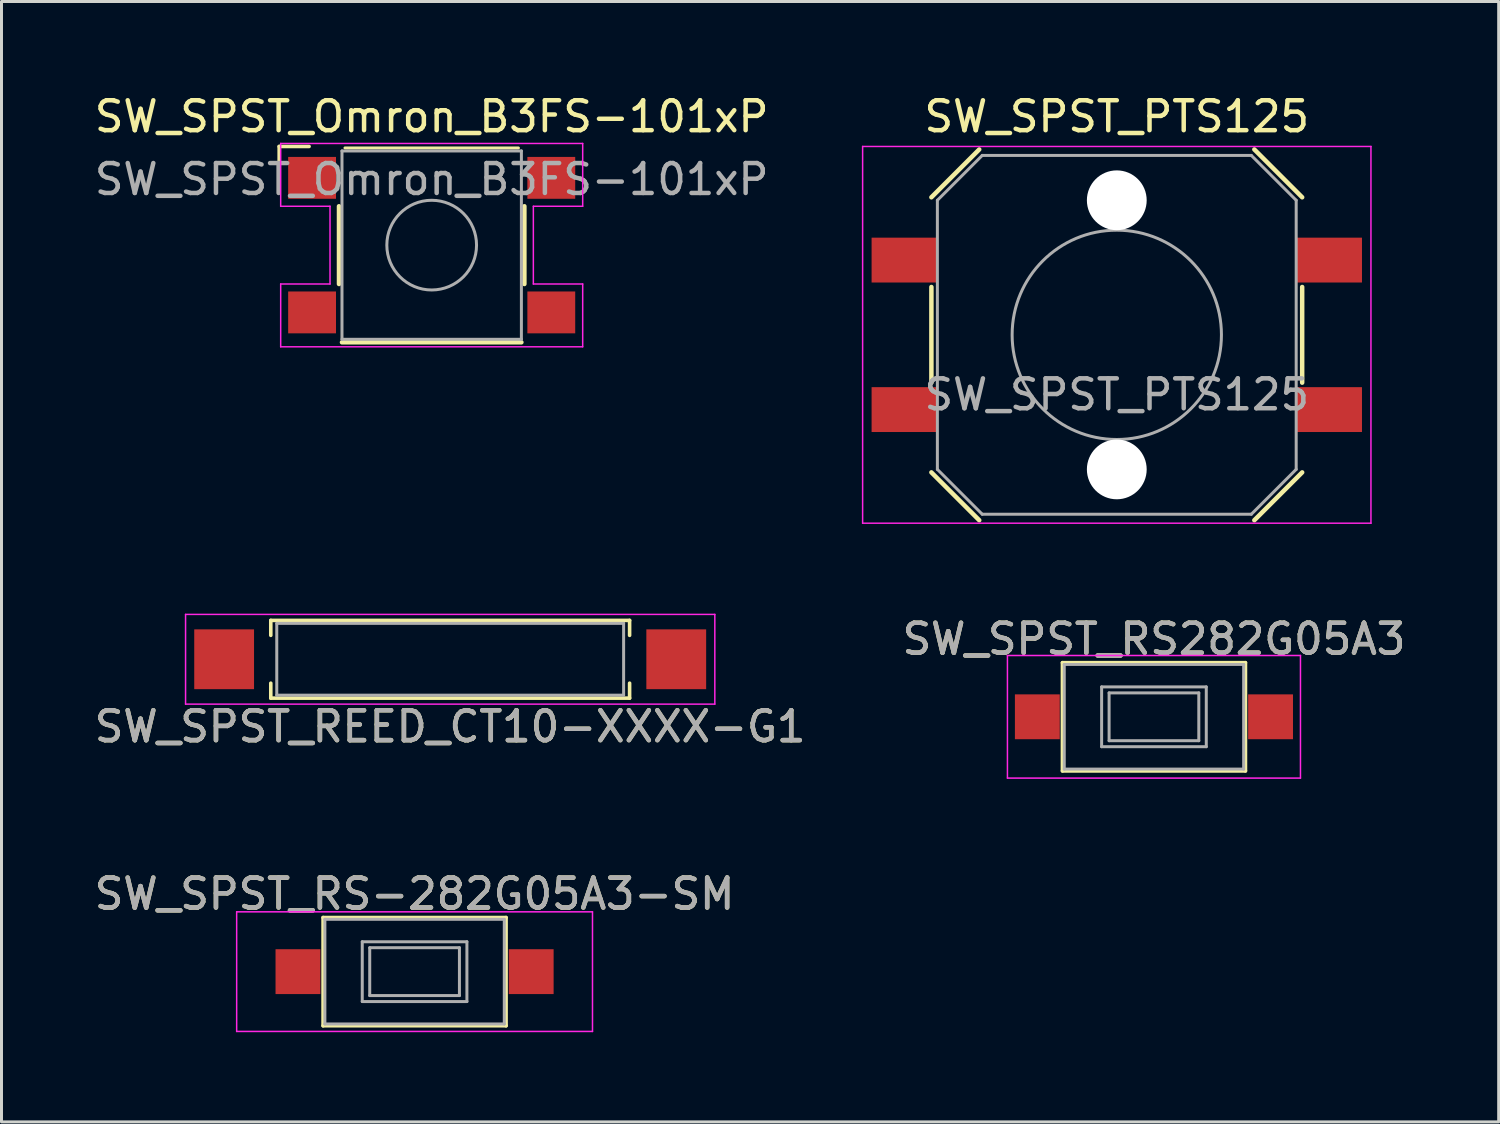
<source format=kicad_pcb>
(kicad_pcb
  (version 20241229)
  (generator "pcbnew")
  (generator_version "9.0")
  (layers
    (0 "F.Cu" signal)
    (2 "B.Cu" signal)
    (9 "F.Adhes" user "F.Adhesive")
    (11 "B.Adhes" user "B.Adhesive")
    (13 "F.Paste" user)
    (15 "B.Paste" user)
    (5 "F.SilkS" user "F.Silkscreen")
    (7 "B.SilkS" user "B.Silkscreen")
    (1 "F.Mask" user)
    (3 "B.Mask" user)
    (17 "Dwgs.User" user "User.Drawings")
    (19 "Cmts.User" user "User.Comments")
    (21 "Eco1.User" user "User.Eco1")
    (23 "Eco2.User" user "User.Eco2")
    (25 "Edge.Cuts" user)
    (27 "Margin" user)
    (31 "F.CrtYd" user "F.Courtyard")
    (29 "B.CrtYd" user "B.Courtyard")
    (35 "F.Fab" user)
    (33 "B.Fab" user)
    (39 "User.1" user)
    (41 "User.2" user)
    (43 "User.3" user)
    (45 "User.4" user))
  (footprint "SW_SPST_RS-282G05A3-SM"
    (layer "F.Cu")
    (at 10.815 29.445)
    (property "Reference" "SW_SPST_RS-282G05A3-SM" (at 0 -2.6 0) (layer "F.SilkS") (effects (font (size 1 1) (thickness 0.15))))
    (attr smd)
    (fp_line (start -3.06 -1.81) (end 3.06 -1.81) (stroke (width 0.12) (type solid)) (layer "F.SilkS"))
    (fp_line (start -3.06 1.81) (end -3.06 -1.81) (stroke (width 0.12) (type solid)) (layer "F.SilkS"))
    (fp_line (start 3.06 -1.81) (end 3.06 1.81) (stroke (width 0.12) (type solid)) (layer "F.SilkS"))
    (fp_line (start 3.06 1.81) (end -3.06 1.81) (stroke (width 0.12) (type solid)) (layer "F.SilkS"))
    (fp_line (start -5.95 -2) (end -5.95 2) (stroke (width 0.05) (type solid)) (layer "F.CrtYd"))
    (fp_line (start -5.95 -2) (end 5.95 -2) (stroke (width 0.05) (type solid)) (layer "F.CrtYd"))
    (fp_line (start -5.95 2) (end 5.95 2) (stroke (width 0.05) (type solid)) (layer "F.CrtYd"))
    (fp_line (start 5.95 -2) (end 5.95 2) (stroke (width 0.05) (type solid)) (layer "F.CrtYd"))
    (fp_line (start -3 -1.75) (end -3 1.75) (stroke (width 0.1) (type solid)) (layer "F.Fab"))
    (fp_line (start -3 -1.75) (end 3 -1.75) (stroke (width 0.1) (type solid)) (layer "F.Fab"))
    (fp_line (start -3 1.75) (end 3 1.75) (stroke (width 0.1) (type solid)) (layer "F.Fab"))
    (fp_line (start -1.75 -1) (end 1.75 -1) (stroke (width 0.1) (type solid)) (layer "F.Fab"))
    (fp_line (start -1.75 1) (end -1.75 -1) (stroke (width 0.1) (type solid)) (layer "F.Fab"))
    (fp_line (start -1.5 -0.8) (end -1.5 0.8) (stroke (width 0.1) (type solid)) (layer "F.Fab"))
    (fp_line (start -1.5 -0.8) (end 1.5 -0.8) (stroke (width 0.1) (type solid)) (layer "F.Fab"))
    (fp_line (start -1.5 0.8) (end 1.5 0.8) (stroke (width 0.1) (type solid)) (layer "F.Fab"))
    (fp_line (start 1.5 -0.8) (end 1.5 0.8) (stroke (width 0.1) (type solid)) (layer "F.Fab"))
    (fp_line (start 1.75 -1) (end 1.75 1) (stroke (width 0.1) (type solid)) (layer "F.Fab"))
    (fp_line (start 1.75 1) (end -1.75 1) (stroke (width 0.1) (type solid)) (layer "F.Fab"))
    (fp_line (start 3 -1.75) (end 3 1.75) (stroke (width 0.1) (type solid)) (layer "F.Fab"))
    (fp_text user "${REFERENCE}" (at 0 -2.6 0) (layer "F.Fab") (effects (font (size 1 1) (thickness 0.15))))
    (pad "1" smd rect (at -3.9 0) (size 1.5 1.5) (layers "F.Cu" "F.Mask" "F.Paste"))
    (pad "2" smd rect (at 3.9 0) (size 1.5 1.5) (layers "F.Cu" "F.Mask" "F.Paste")))
  (footprint "SW_SPST_RS282G05A3"
    (layer "F.Cu")
    (at 35.542 20.922)
    (property "Reference" "SW_SPST_RS282G05A3" (at 0 -2.6 0) (layer "F.SilkS") (effects (font (size 1 1) (thickness 0.15))))
    (attr smd)
    (fp_line (start -3.06 -1.81) (end 3.06 -1.81) (stroke (width 0.12) (type solid)) (layer "F.SilkS"))
    (fp_line (start -3.06 1.81) (end -3.06 -1.81) (stroke (width 0.12) (type solid)) (layer "F.SilkS"))
    (fp_line (start 3.06 -1.81) (end 3.06 1.81) (stroke (width 0.12) (type solid)) (layer "F.SilkS"))
    (fp_line (start 3.06 1.81) (end -3.06 1.81) (stroke (width 0.12) (type solid)) (layer "F.SilkS"))
    (fp_line (start -4.9 -2.05) (end 4.9 -2.05) (stroke (width 0.05) (type solid)) (layer "F.CrtYd"))
    (fp_line (start -4.9 2.05) (end -4.9 -2.05) (stroke (width 0.05) (type solid)) (layer "F.CrtYd"))
    (fp_line (start 4.9 -2.05) (end 4.9 2.05) (stroke (width 0.05) (type solid)) (layer "F.CrtYd"))
    (fp_line (start 4.9 2.05) (end -4.9 2.05) (stroke (width 0.05) (type solid)) (layer "F.CrtYd"))
    (fp_line (start -3 -1.75) (end -3 1.75) (stroke (width 0.1) (type solid)) (layer "F.Fab"))
    (fp_line (start -3 -1.75) (end 3 -1.75) (stroke (width 0.1) (type solid)) (layer "F.Fab"))
    (fp_line (start -3 1.75) (end 3 1.75) (stroke (width 0.1) (type solid)) (layer "F.Fab"))
    (fp_line (start -1.75 -1) (end 1.75 -1) (stroke (width 0.1) (type solid)) (layer "F.Fab"))
    (fp_line (start -1.75 1) (end -1.75 -1) (stroke (width 0.1) (type solid)) (layer "F.Fab"))
    (fp_line (start -1.5 -0.8) (end -1.5 0.8) (stroke (width 0.1) (type solid)) (layer "F.Fab"))
    (fp_line (start -1.5 -0.8) (end 1.5 -0.8) (stroke (width 0.1) (type solid)) (layer "F.Fab"))
    (fp_line (start -1.5 0.8) (end 1.5 0.8) (stroke (width 0.1) (type solid)) (layer "F.Fab"))
    (fp_line (start 1.5 -0.8) (end 1.5 0.8) (stroke (width 0.1) (type solid)) (layer "F.Fab"))
    (fp_line (start 1.75 -1) (end 1.75 1) (stroke (width 0.1) (type solid)) (layer "F.Fab"))
    (fp_line (start 1.75 1) (end -1.75 1) (stroke (width 0.1) (type solid)) (layer "F.Fab"))
    (fp_line (start 3 -1.75) (end 3 1.75) (stroke (width 0.1) (type solid)) (layer "F.Fab"))
    (fp_text user "${REFERENCE}" (at 0 -2.6 0) (layer "F.Fab") (effects (font (size 1 1) (thickness 0.15))))
    (pad "1" smd rect (at -3.9 0) (size 1.5 1.5) (layers "F.Cu" "F.Mask" "F.Paste"))
    (pad "2" smd rect (at 3.9 0) (size 1.5 1.5) (layers "F.Cu" "F.Mask" "F.Paste")))
  (footprint "SW_SPST_Omron_B3FS-101xP"
    (layer "F.Cu")
    (at 11.387 5.148)
    (property "Reference" "SW_SPST_Omron_B3FS-101xP" (at 0 -4.3 0) (layer "F.SilkS") (effects (font (size 1 1) (thickness 0.15))))
    (attr smd)
    (fp_line (start -5.1 -3.3) (end -4.1 -3.3) (stroke (width 0.12) (type solid)) (layer "F.SilkS"))
    (fp_line (start -5.1 -2.3) (end -5.1 -3.3) (stroke (width 0.12) (type solid)) (layer "F.SilkS"))
    (fp_line (start -3.1 -1.3) (end -3.1 1.3) (stroke (width 0.15) (type solid)) (layer "F.SilkS"))
    (fp_line (start 2.9 -3.25) (end -2.9 -3.25) (stroke (width 0.1) (type solid)) (layer "F.SilkS"))
    (fp_line (start 3 3.25) (end -3 3.25) (stroke (width 0.15) (type solid)) (layer "F.SilkS"))
    (fp_line (start 3.1 -1.3) (end 3.1 1.3) (stroke (width 0.15) (type solid)) (layer "F.SilkS"))
    (fp_line (start -5.05 -3.4) (end 5.05 -3.4) (stroke (width 0.05) (type solid)) (layer "F.CrtYd"))
    (fp_line (start -5.05 -1.3) (end -5.05 -3.4) (stroke (width 0.05) (type solid)) (layer "F.CrtYd"))
    (fp_line (start -5.05 1.3) (end -3.4 1.3) (stroke (width 0.05) (type solid)) (layer "F.CrtYd"))
    (fp_line (start -5.05 3.4) (end -5.05 1.3) (stroke (width 0.05) (type solid)) (layer "F.CrtYd"))
    (fp_line (start -3.4 -1.3) (end -5.05 -1.3) (stroke (width 0.05) (type solid)) (layer "F.CrtYd"))
    (fp_line (start -3.4 1.3) (end -3.4 -1.3) (stroke (width 0.05) (type solid)) (layer "F.CrtYd"))
    (fp_line (start 3.4 -1.3) (end 3.4 1.3) (stroke (width 0.05) (type solid)) (layer "F.CrtYd"))
    (fp_line (start 3.4 1.3) (end 5.05 1.3) (stroke (width 0.05) (type solid)) (layer "F.CrtYd"))
    (fp_line (start 5.05 -3.4) (end 5.05 -1.3) (stroke (width 0.05) (type solid)) (layer "F.CrtYd"))
    (fp_line (start 5.05 -1.3) (end 3.4 -1.3) (stroke (width 0.05) (type solid)) (layer "F.CrtYd"))
    (fp_line (start 5.05 1.3) (end 5.05 3.4) (stroke (width 0.05) (type solid)) (layer "F.CrtYd"))
    (fp_line (start 5.05 3.4) (end -5.05 3.4) (stroke (width 0.05) (type solid)) (layer "F.CrtYd"))
    (fp_line (start -3 -3.15) (end 3 -3.15) (stroke (width 0.1) (type solid)) (layer "F.Fab"))
    (fp_line (start -3 3.15) (end -3 -3.15) (stroke (width 0.1) (type solid)) (layer "F.Fab"))
    (fp_line (start 3 -3.15) (end 3 3.15) (stroke (width 0.1) (type solid)) (layer "F.Fab"))
    (fp_line (start 3 3.15) (end -3 3.15) (stroke (width 0.1) (type solid)) (layer "F.Fab"))
    (fp_circle (center 0 0) (end 1.5 0) (stroke (width 0.1) (type solid)) (fill no) (layer "F.Fab"))
    (fp_text user "${REFERENCE}" (at 0 -2.2 0) (layer "F.Fab") (effects (font (size 1 1) (thickness 0.15))))
    (pad "1" smd rect (at -4 -2.25 180) (size 1.6 1.4) (layers "F.Cu" "F.Mask" "F.Paste"))
    (pad "2" smd rect (at 4 -2.25 180) (size 1.6 1.4) (layers "F.Cu" "F.Mask" "F.Paste"))
    (pad "3" smd rect (at -4 2.25 180) (size 1.6 1.4) (layers "F.Cu" "F.Mask" "F.Paste"))
    (pad "4" smd rect (at 4 2.25 180) (size 1.6 1.4) (layers "F.Cu" "F.Mask" "F.Paste")))
  (footprint "SW_SPST_REED_CT10-XXXX-G1"
    (layer "F.Cu")
    (at 12.006 18.998)
    (property "Reference" "SW_SPST_REED_CT10-XXXX-G1" (at 0 2.25 0) (layer "F.SilkS") (effects (font (size 1 1) (thickness 0.15))))
    (attr smd)
    (fp_line (start -6 -1.3) (end -6 -0.8) (stroke (width 0.12) (type solid)) (layer "F.SilkS"))
    (fp_line (start -6 0.8) (end -6 1.3) (stroke (width 0.12) (type solid)) (layer "F.SilkS"))
    (fp_line (start -6 1.3) (end 6 1.3) (stroke (width 0.12) (type solid)) (layer "F.SilkS"))
    (fp_line (start 6 -1.3) (end -6 -1.3) (stroke (width 0.12) (type solid)) (layer "F.SilkS"))
    (fp_line (start 6 -0.8) (end 6 -1.3) (stroke (width 0.12) (type solid)) (layer "F.SilkS"))
    (fp_line (start 6 1.3) (end 6 0.8) (stroke (width 0.12) (type solid)) (layer "F.SilkS"))
    (fp_line (start -8.85 -1.5) (end 8.85 -1.5) (stroke (width 0.05) (type solid)) (layer "F.CrtYd"))
    (fp_line (start -8.85 1.5) (end -8.85 -1.5) (stroke (width 0.05) (type solid)) (layer "F.CrtYd"))
    (fp_line (start 8.85 -1.5) (end 8.85 1.5) (stroke (width 0.05) (type solid)) (layer "F.CrtYd"))
    (fp_line (start 8.85 1.5) (end -8.85 1.5) (stroke (width 0.05) (type solid)) (layer "F.CrtYd"))
    (fp_line (start -5.8 -1.2) (end 5.8 -1.2) (stroke (width 0.1) (type solid)) (layer "F.Fab"))
    (fp_line (start -5.8 1.2) (end -5.8 -1.2) (stroke (width 0.1) (type solid)) (layer "F.Fab"))
    (fp_line (start 5.8 -1.2) (end 5.8 1.2) (stroke (width 0.1) (type solid)) (layer "F.Fab"))
    (fp_line (start 5.8 1.2) (end -5.8 1.2) (stroke (width 0.1) (type solid)) (layer "F.Fab"))
    (fp_text user "${REFERENCE}" (at 0 2.25 0) (layer "F.Fab") (effects (font (size 1 1) (thickness 0.15))))
    (pad "1" smd rect (at -7.56 0) (size 2 2) (layers "F.Cu" "F.Mask" "F.Paste"))
    (pad "2" smd rect (at 7.56 0) (size 2 2) (layers "F.Cu" "F.Mask" "F.Paste")))
  (footprint "SW_SPST_PTS125"
    (layer "F.Cu")
    (at 34.299 8.148)
    (property "Reference" "SW_SPST_PTS125" (at 0 -7.3 0) (layer "F.SilkS") (effects (font (size 1 1) (thickness 0.15))))
    (attr smd)
    (fp_line (start -6.2 -4.6) (end -4.6 -6.2) (stroke (width 0.15) (type solid)) (layer "F.SilkS"))
    (fp_line (start -6.2 -1.6) (end -6.2 1.6) (stroke (width 0.15) (type solid)) (layer "F.SilkS"))
    (fp_line (start -6.2 4.6) (end -4.6 6.2) (stroke (width 0.15) (type solid)) (layer "F.SilkS"))
    (fp_line (start 4.6 -6.2) (end 6.2 -4.6) (stroke (width 0.15) (type solid)) (layer "F.SilkS"))
    (fp_line (start 4.6 6.2) (end 6.2 4.6) (stroke (width 0.15) (type solid)) (layer "F.SilkS"))
    (fp_line (start 6.2 -1.6) (end 6.2 1.6) (stroke (width 0.15) (type solid)) (layer "F.SilkS"))
    (fp_line (start -8.5 -6.3) (end 8.5 -6.3) (stroke (width 0.05) (type solid)) (layer "F.CrtYd"))
    (fp_line (start -8.5 6.3) (end -8.5 -6.3) (stroke (width 0.05) (type solid)) (layer "F.CrtYd"))
    (fp_line (start 8.5 -6.3) (end 8.5 6.3) (stroke (width 0.05) (type solid)) (layer "F.CrtYd"))
    (fp_line (start 8.5 6.3) (end -8.5 6.3) (stroke (width 0.05) (type solid)) (layer "F.CrtYd"))
    (fp_line (start -6 -4.5) (end -6 4.5) (stroke (width 0.1) (type solid)) (layer "F.Fab"))
    (fp_line (start -6 -4.5) (end -4.5 -6) (stroke (width 0.1) (type solid)) (layer "F.Fab"))
    (fp_line (start -4.5 6) (end -6 4.5) (stroke (width 0.1) (type solid)) (layer "F.Fab"))
    (fp_line (start -4.5 6) (end 4.5 6) (stroke (width 0.1) (type solid)) (layer "F.Fab"))
    (fp_line (start 4.5 -6) (end -4.5 -6) (stroke (width 0.1) (type solid)) (layer "F.Fab"))
    (fp_line (start 4.5 -6) (end 6 -4.5) (stroke (width 0.1) (type solid)) (layer "F.Fab"))
    (fp_line (start 6 4.5) (end 4.5 6) (stroke (width 0.1) (type solid)) (layer "F.Fab"))
    (fp_line (start 6 4.5) (end 6 -4.5) (stroke (width 0.1) (type solid)) (layer "F.Fab"))
    (fp_circle (center 0 0) (end 3.5 0) (stroke (width 0.1) (type solid)) (fill no) (layer "F.Fab"))
    (fp_text user "${REFERENCE}" (at 0 2 0) (layer "F.Fab") (effects (font (size 1 1) (thickness 0.15))))
    (pad "" np_thru_hole circle (at 0 -4.5) (size 2 2) (drill 2) (layers "*.Cu" "*.Mask"))
    (pad "" np_thru_hole circle (at 0 4.5) (size 2 2) (drill 2) (layers "*.Cu" "*.Mask"))
    (pad "1" smd rect (at -7.1 -2.5) (size 2.2 1.5) (layers "F.Cu" "F.Mask" "F.Paste"))
    (pad "2" smd rect (at 7.1 -2.5) (size 2.2 1.5) (layers "F.Cu" "F.Mask" "F.Paste"))
    (pad "3" smd rect (at -7.1 2.5) (size 2.2 1.5) (layers "F.Cu" "F.Mask" "F.Paste"))
    (pad "4" smd rect (at 7.1 2.5) (size 2.2 1.5) (layers "F.Cu" "F.Mask" "F.Paste")))
  (gr_rect
    (start -3 -3)
    (end 47.071 34.47)
    (stroke (width 0.1) (type default))
    (fill no)
    (layer "Edge.Cuts")))
</source>
